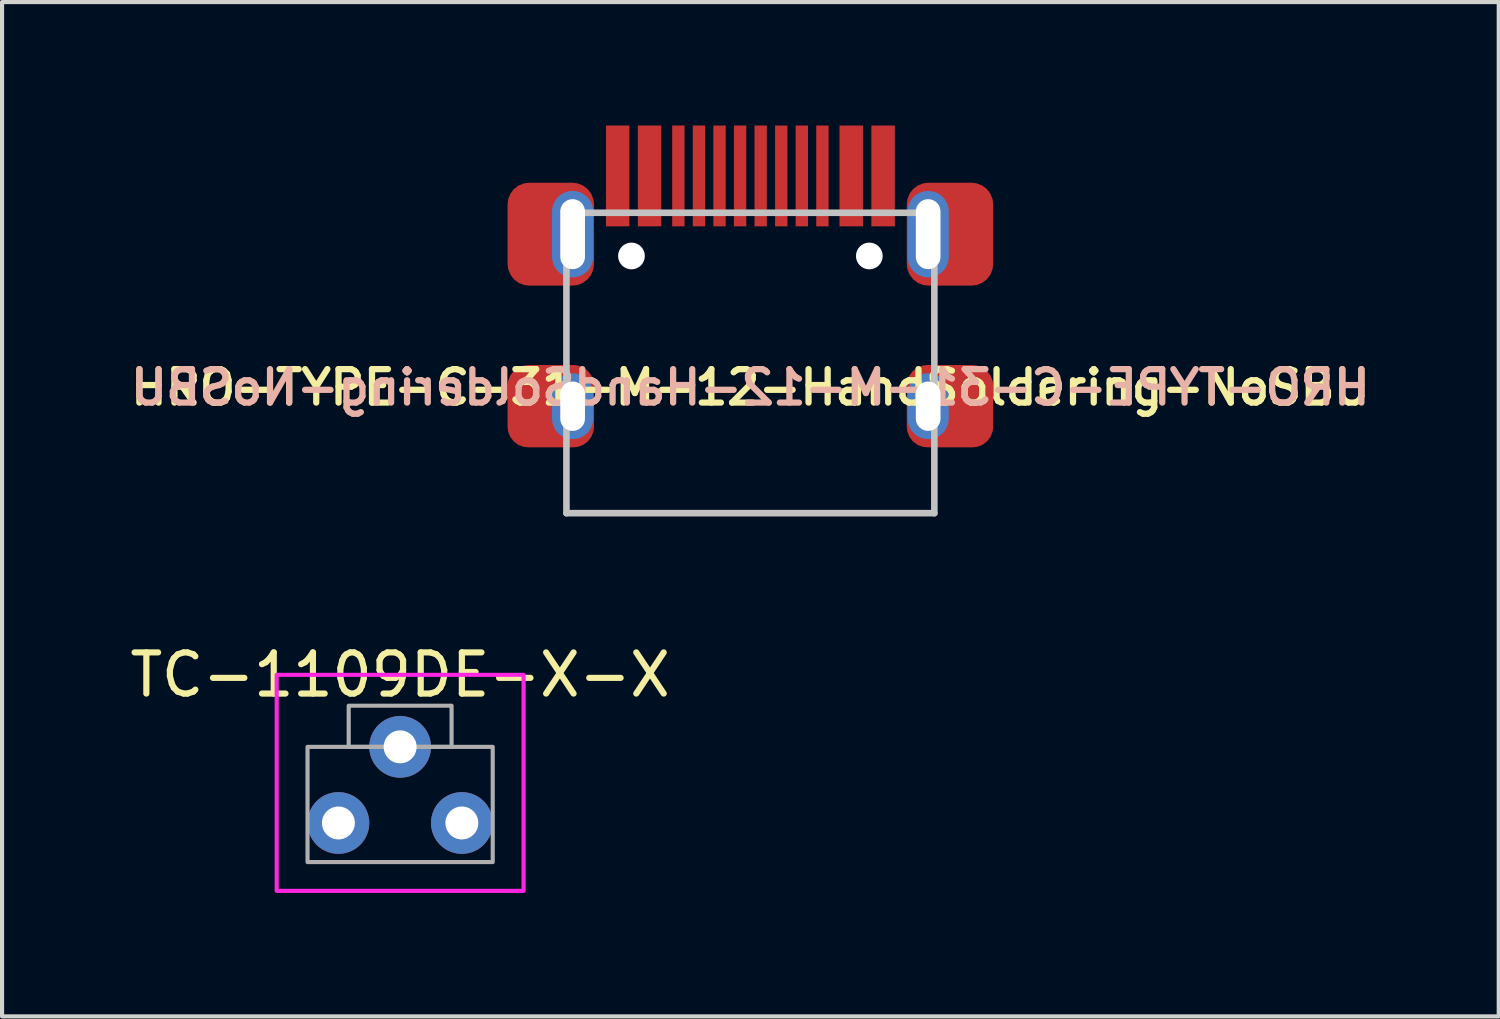
<source format=kicad_pcb>
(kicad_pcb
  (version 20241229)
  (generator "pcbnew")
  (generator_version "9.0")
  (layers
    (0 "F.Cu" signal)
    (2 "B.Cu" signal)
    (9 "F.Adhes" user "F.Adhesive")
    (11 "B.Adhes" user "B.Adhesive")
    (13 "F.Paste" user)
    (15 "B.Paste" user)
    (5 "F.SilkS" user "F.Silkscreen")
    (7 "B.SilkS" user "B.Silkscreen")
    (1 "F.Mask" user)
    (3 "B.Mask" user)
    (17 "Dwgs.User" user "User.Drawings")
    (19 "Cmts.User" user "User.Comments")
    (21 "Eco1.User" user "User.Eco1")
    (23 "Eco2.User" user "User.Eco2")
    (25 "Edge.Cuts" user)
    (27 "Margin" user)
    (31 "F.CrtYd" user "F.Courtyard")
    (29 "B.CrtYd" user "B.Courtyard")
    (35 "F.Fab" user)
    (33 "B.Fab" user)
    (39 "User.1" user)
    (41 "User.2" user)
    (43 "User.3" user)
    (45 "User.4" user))
  (footprint "HRO-TYPE-C-31-M-12-HandSoldering-NoSBU"
    (layer "F.Cu")
    (at 15.184 5.42)
    (property "Reference" "HRO-TYPE-C-31-M-12-HandSoldering-NoSBU" (at 0 0.944 0) (layer "F.SilkS") (effects (font (size 0.813 0.813) (thickness 0.152))))
    (attr smd)
    (fp_line (start -4.47 -3.3) (end 4.47 -3.3) (stroke (width 0.16) (type solid)) (layer "Dwgs.User"))
    (fp_line (start -4.47 4) (end -4.47 -3.3) (stroke (width 0.16) (type solid)) (layer "Dwgs.User"))
    (fp_line (start -4.47 4) (end 4.47 4) (stroke (width 0.16) (type solid)) (layer "Dwgs.User"))
    (fp_line (start 4.47 4) (end 4.47 -3.3) (stroke (width 0.16) (type solid)) (layer "Dwgs.User"))
    (fp_text user "${REFERENCE}" (at 0 0.944 0) (layer "B.SilkS") (effects (font (size 0.813 0.813) (thickness 0.152)) (justify mirror)))
    (pad "" np_thru_hole circle (at -2.89 -2.25) (size 0.65 0.65) (drill 0.65) (layers "*.Cu" "*.Mask"))
    (pad "" np_thru_hole circle (at 2.89 -2.25) (size 0.65 0.65) (drill 0.65) (layers "*.Cu" "*.Mask"))
    (pad "A1" smd rect (at -3.225 -4.195) (size 0.57 2.45) (layers "F.Cu" "F.Mask" "F.Paste"))
    (pad "A4" smd rect (at -2.45 -4.195) (size 0.57 2.45) (layers "F.Cu" "F.Mask" "F.Paste"))
    (pad "A5" smd rect (at -1.25 -4.195) (size 0.3 2.45) (layers "F.Cu" "F.Mask" "F.Paste"))
    (pad "A6" smd rect (at -0.25 -4.195) (size 0.3 2.45) (layers "F.Cu" "F.Mask" "F.Paste"))
    (pad "A7" smd rect (at 0.25 -4.195) (size 0.3 2.45) (layers "F.Cu" "F.Mask" "F.Paste"))
    (pad "B1" smd rect (at 3.225 -4.195) (size 0.57 2.45) (layers "F.Cu" "F.Mask" "F.Paste"))
    (pad "B4" smd rect (at 2.45 -4.195) (size 0.57 2.45) (layers "F.Cu" "F.Mask" "F.Paste"))
    (pad "B5" smd rect (at 1.75 -4.195) (size 0.3 2.45) (layers "F.Cu" "F.Mask" "F.Paste"))
    (pad "B6" smd rect (at 0.75 -4.195) (size 0.3 2.45) (layers "F.Cu" "F.Mask" "F.Paste"))
    (pad "B7" smd rect (at -0.75 -4.195) (size 0.3 2.45) (layers "F.Cu" "F.Mask" "F.Paste"))
    (pad "S1" smd roundrect (at -4.85 -2.78) (size 2.1 2.5) (layers "F.Cu" "F.Mask") (roundrect_rratio 0.25))
    (pad "S1" smd roundrect (at -4.85 1.4) (size 2.1 2) (layers "F.Cu" "F.Mask") (roundrect_rratio 0.25))
    (pad "S1" thru_hole oval (at -4.32 -2.78) (size 1 2.1) (drill oval 0.6 1.7) (layers "*.Cu" "*.Mask"))
    (pad "S1" thru_hole oval (at -4.32 1.4) (size 1 1.6) (drill oval 0.6 1.2) (layers "*.Cu" "*.Mask"))
    (pad "S1" thru_hole oval (at 4.32 -2.78) (size 1 2.1) (drill oval 0.6 1.7) (layers "*.Cu" "*.Mask"))
    (pad "S1" thru_hole oval (at 4.32 1.4) (size 1 1.6) (drill oval 0.6 1.2) (layers "*.Cu" "*.Mask"))
    (pad "S1" smd roundrect (at 4.85 -2.78) (size 2.1 2.5) (layers "F.Cu" "F.Mask") (roundrect_rratio 0.25))
    (pad "S1" smd roundrect (at 4.85 1.4) (size 2.1 2) (layers "F.Cu" "F.Mask") (roundrect_rratio 0.25))
    (pad "~" smd rect (at -1.75 -4.195) (size 0.3 2.45) (layers "F.Cu" "F.Mask" "F.Paste"))
    (pad "~" smd rect (at 1.25 -4.195) (size 0.3 2.45) (layers "F.Cu" "F.Mask" "F.Paste")))
  (footprint "TC-1109DE-X-X"
    (layer "F.Cu")
    (at 6.673 15.098)
    (property "Reference" "TC-1109DE-X-X" (at 0 -1.75 0) (unlocked yes) (layer "F.SilkS") (effects (font (size 1 1) (thickness 0.15))))
    (attr through_hole)
    (fp_rect (start -3 -1.75) (end 3 3.5) (stroke (width 0.1) (type default)) (fill no) (layer "F.CrtYd"))
    (fp_rect (start -1.25 0) (end 1.25 -1) (stroke (width 0.1) (type default)) (fill no) (layer "F.Fab"))
    (fp_rect (start 2.25 2.8) (end -2.25 0) (stroke (width 0.1) (type default)) (fill no) (layer "F.Fab"))
    (pad "1" thru_hole circle (at 1.5 1.85 180) (size 1.5 1.5) (drill 0.8) (layers "*.Cu" "*.Mask"))
    (pad "2" thru_hole circle (at -1.5 1.85 180) (size 1.5 1.5) (drill 0.8) (layers "*.Cu" "*.Mask"))
    (pad "3" thru_hole circle (at 0 0 180) (size 1.5 1.5) (drill 0.8) (layers "*.Cu" "*.Mask")))
  (gr_rect
    (start -3 -3)
    (end 33.368 21.648)
    (stroke (width 0.1) (type default))
    (fill no)
    (layer "Edge.Cuts")))
</source>
